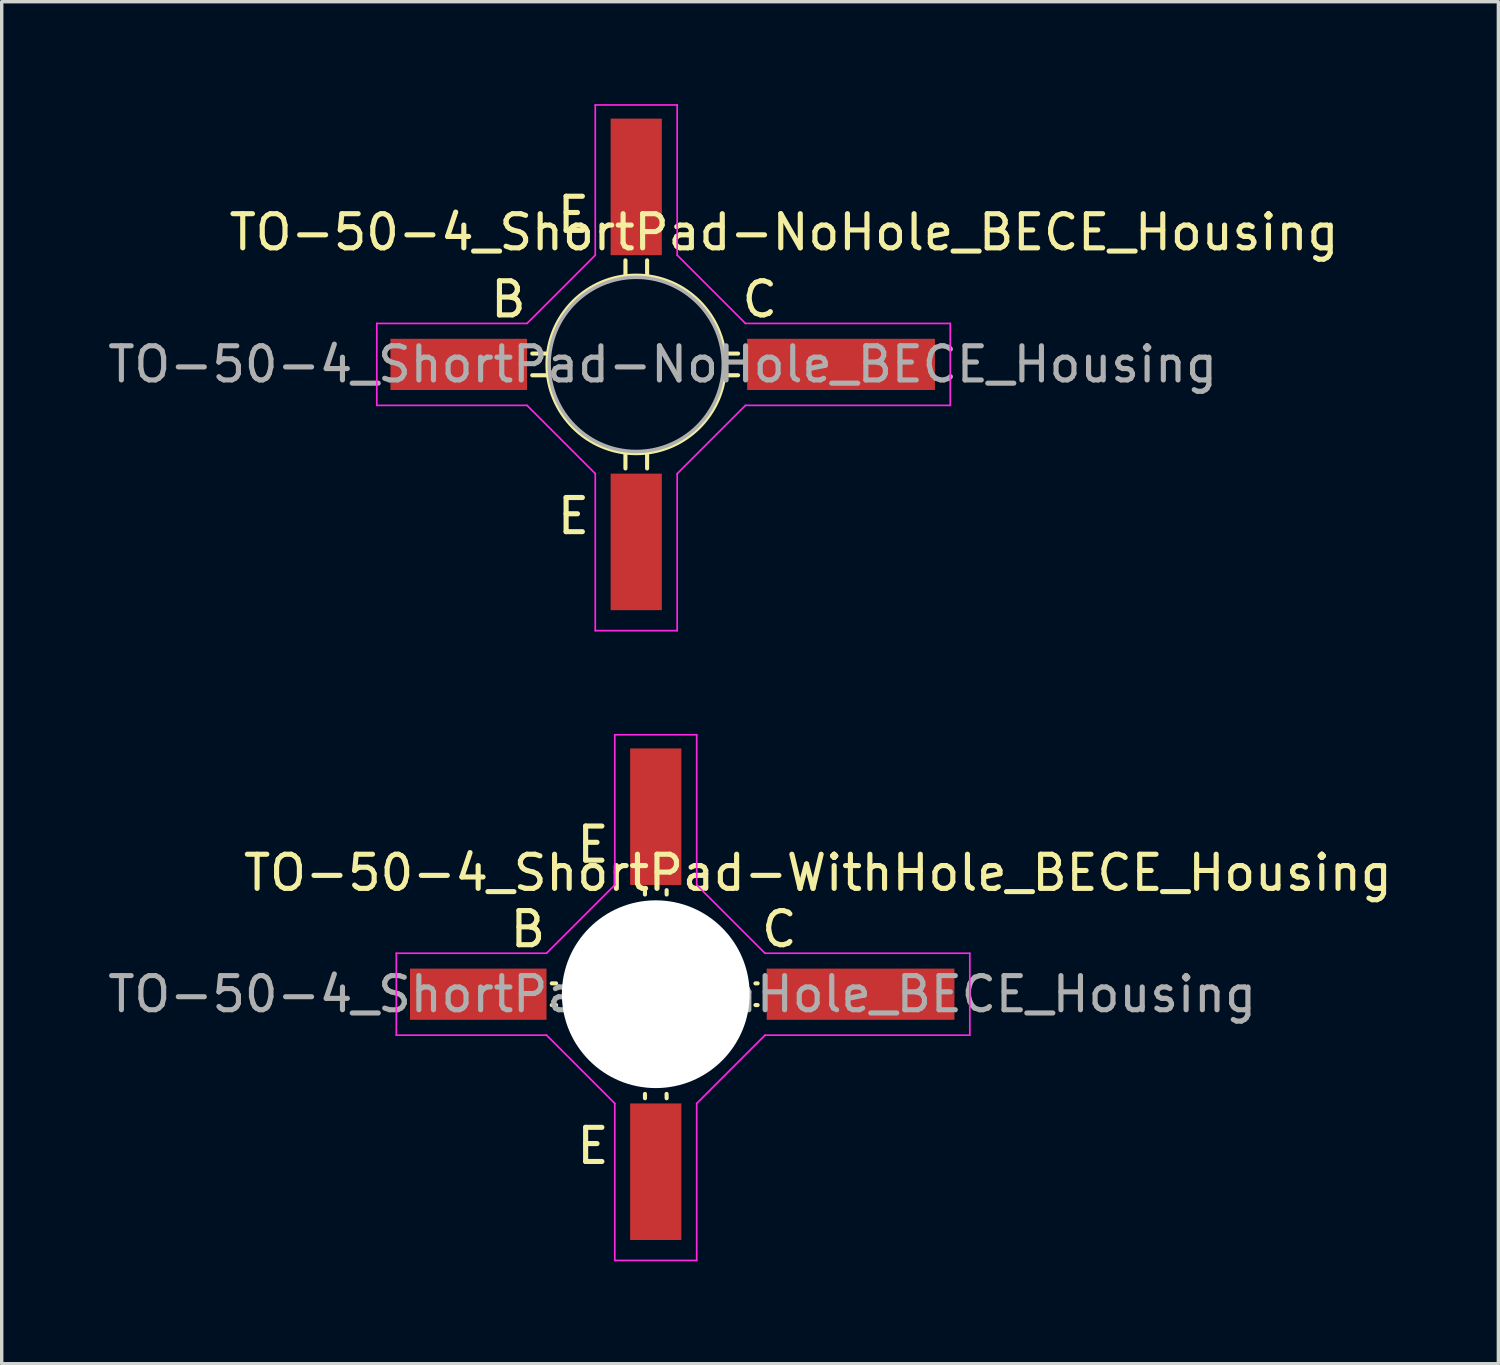
<source format=kicad_pcb>
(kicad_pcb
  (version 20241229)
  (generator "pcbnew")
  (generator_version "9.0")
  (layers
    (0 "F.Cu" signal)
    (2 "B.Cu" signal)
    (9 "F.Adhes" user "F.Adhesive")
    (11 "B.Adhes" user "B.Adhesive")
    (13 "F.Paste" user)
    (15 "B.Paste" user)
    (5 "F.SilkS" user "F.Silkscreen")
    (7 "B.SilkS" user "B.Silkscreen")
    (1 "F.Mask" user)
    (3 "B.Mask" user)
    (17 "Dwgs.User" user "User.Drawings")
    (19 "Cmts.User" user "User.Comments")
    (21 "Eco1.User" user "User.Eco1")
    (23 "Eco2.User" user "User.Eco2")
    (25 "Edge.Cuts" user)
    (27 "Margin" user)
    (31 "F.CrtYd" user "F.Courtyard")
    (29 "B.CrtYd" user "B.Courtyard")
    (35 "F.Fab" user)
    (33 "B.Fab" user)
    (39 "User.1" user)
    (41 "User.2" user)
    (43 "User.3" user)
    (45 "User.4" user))
  (footprint "TO-50-4_ShortPad-WithHole_BECE_Housing"
    (layer "F.Cu")
    (at 16.56 26.075)
    (property "Reference" "TO-50-4_ShortPad-WithHole_BECE_Housing" (at 4.35 -3.556 0) (layer "F.SilkS") (effects (font (size 1 1) (thickness 0.15))))
    (attr smd)
    (fp_line (start -3.321 -0.318) (end -3.446 -0.318) (stroke (width 0.12) (type solid)) (layer "F.SilkS"))
    (fp_line (start -3.321 0.318) (end -3.446 0.318) (stroke (width 0.12) (type solid)) (layer "F.SilkS"))
    (fp_line (start -0.716 -3.048) (end -0.716 -2.921) (stroke (width 0.12) (type solid)) (layer "F.SilkS"))
    (fp_line (start -0.716 2.921) (end -0.716 3.048) (stroke (width 0.12) (type solid)) (layer "F.SilkS"))
    (fp_line (start -0.083 2.921) (end -0.081 3.048) (stroke (width 0.12) (type solid)) (layer "F.SilkS"))
    (fp_line (start -0.081 -3.048) (end -0.081 -2.921) (stroke (width 0.12) (type solid)) (layer "F.SilkS"))
    (fp_line (start 2.521 -0.318) (end 2.584 -0.318) (stroke (width 0.12) (type solid)) (layer "F.SilkS"))
    (fp_line (start 2.521 0.318) (end 2.584 0.318) (stroke (width 0.12) (type solid)) (layer "F.SilkS"))
    (fp_line (start -8 -1.2) (end -3.6 -1.2) (stroke (width 0.05) (type solid)) (layer "F.CrtYd"))
    (fp_line (start -8 1.2) (end -8 -1.2) (stroke (width 0.05) (type solid)) (layer "F.CrtYd"))
    (fp_line (start -3.6 -1.2) (end -1.6 -3.2) (stroke (width 0.05) (type solid)) (layer "F.CrtYd"))
    (fp_line (start -3.6 1.2) (end -8 1.2) (stroke (width 0.05) (type solid)) (layer "F.CrtYd"))
    (fp_line (start -1.6 -7.6) (end 0.8 -7.6) (stroke (width 0.05) (type solid)) (layer "F.CrtYd"))
    (fp_line (start -1.6 -3.2) (end -1.6 -7.6) (stroke (width 0.05) (type solid)) (layer "F.CrtYd"))
    (fp_line (start -1.6 3.2) (end -3.6 1.2) (stroke (width 0.05) (type solid)) (layer "F.CrtYd"))
    (fp_line (start -1.6 7.8) (end -1.6 3.2) (stroke (width 0.05) (type solid)) (layer "F.CrtYd"))
    (fp_line (start 0.8 -7.6) (end 0.8 -3.2) (stroke (width 0.05) (type solid)) (layer "F.CrtYd"))
    (fp_line (start 0.8 -3.2) (end 2.8 -1.2) (stroke (width 0.05) (type solid)) (layer "F.CrtYd"))
    (fp_line (start 0.8 3.2) (end 0.8 7.8) (stroke (width 0.05) (type solid)) (layer "F.CrtYd"))
    (fp_line (start 0.8 7.8) (end -1.6 7.8) (stroke (width 0.05) (type solid)) (layer "F.CrtYd"))
    (fp_line (start 2.8 -1.2) (end 8.8 -1.2) (stroke (width 0.05) (type solid)) (layer "F.CrtYd"))
    (fp_line (start 2.8 1.2) (end 0.8 3.2) (stroke (width 0.05) (type solid)) (layer "F.CrtYd"))
    (fp_line (start 8.8 -1.2) (end 8.8 1.2) (stroke (width 0.05) (type solid)) (layer "F.CrtYd"))
    (fp_line (start 8.8 1.2) (end 2.8 1.2) (stroke (width 0.05) (type solid)) (layer "F.CrtYd"))
    (fp_circle (center -0.4 0) (end -0.35 -2.55) (stroke (width 0.1) (type solid)) (fill no) (layer "F.Fab"))
    (fp_text user "B" (at -4.145 -1.905 0) (layer "F.SilkS") (effects (font (size 1 1) (thickness 0.15))))
    (fp_text user "C" (at 3.22 -1.905 0) (layer "F.SilkS") (effects (font (size 1 1) (thickness 0.15))))
    (fp_text user "E" (at -2.24 -4.381 0) (layer "F.SilkS") (effects (font (size 1 1) (thickness 0.15))))
    (fp_text user "E" (at -2.24 4.445 0) (layer "F.SilkS") (effects (font (size 1 1) (thickness 0.15))))
    (fp_text user "${REFERENCE}" (at 0.375 0 0) (layer "F.Fab") (effects (font (size 1 1) (thickness 0.15))))
    (pad "" np_thru_hole circle (at -0.4 0 270) (size 5.5 5.5) (drill 5.5) (layers "*.Cu" "*.Mask"))
    (pad "1" smd rect (at -5.6 0 270) (size 1.5 4) (layers "F.Cu" "F.Mask" "F.Paste"))
    (pad "2" smd rect (at -0.4 5.2 270) (size 4 1.5) (layers "F.Cu" "F.Mask" "F.Paste"))
    (pad "3" smd rect (at 5.6 0 270) (size 1.5 5.5) (layers "F.Cu" "F.Mask" "F.Paste"))
    (pad "4" smd rect (at -0.4 -5.2 270) (size 4 1.5) (layers "F.Cu" "F.Mask" "F.Paste")))
  (footprint "TO-50-4_ShortPad-NoHole_BECE_Housing"
    (layer "F.Cu")
    (at 15.988 7.625)
    (property "Reference" "TO-50-4_ShortPad-NoHole_BECE_Housing" (at 3.93 -3.87 0) (layer "F.SilkS") (effects (font (size 1 1) (thickness 0.15))))
    (attr smd)
    (fp_line (start -3.002 -0.318) (end -3.446 -0.318) (stroke (width 0.12) (type solid)) (layer "F.SilkS"))
    (fp_line (start -3.002 0.318) (end -3.446 0.318) (stroke (width 0.12) (type solid)) (layer "F.SilkS"))
    (fp_line (start -0.716 -3.048) (end -0.716 -2.603) (stroke (width 0.12) (type solid)) (layer "F.SilkS"))
    (fp_line (start -0.716 2.603) (end -0.716 3.048) (stroke (width 0.12) (type solid)) (layer "F.SilkS"))
    (fp_line (start -0.081 -3.048) (end -0.081 -2.603) (stroke (width 0.12) (type solid)) (layer "F.SilkS"))
    (fp_line (start -0.081 2.603) (end -0.081 3.048) (stroke (width 0.12) (type solid)) (layer "F.SilkS"))
    (fp_line (start 2.204 -0.318) (end 2.584 -0.318) (stroke (width 0.12) (type solid)) (layer "F.SilkS"))
    (fp_line (start 2.204 0.318) (end 2.584 0.318) (stroke (width 0.12) (type solid)) (layer "F.SilkS"))
    (fp_circle (center -0.4 0) (end -0.4 -2.6) (stroke (width 0.12) (type solid)) (fill no) (layer "F.SilkS"))
    (fp_line (start -8 -1.2) (end -3.6 -1.2) (stroke (width 0.05) (type solid)) (layer "F.CrtYd"))
    (fp_line (start -8 1.2) (end -8 -1.2) (stroke (width 0.05) (type solid)) (layer "F.CrtYd"))
    (fp_line (start -3.6 -1.2) (end -1.6 -3.2) (stroke (width 0.05) (type solid)) (layer "F.CrtYd"))
    (fp_line (start -3.6 1.2) (end -8 1.2) (stroke (width 0.05) (type solid)) (layer "F.CrtYd"))
    (fp_line (start -1.6 -7.6) (end 0.8 -7.6) (stroke (width 0.05) (type solid)) (layer "F.CrtYd"))
    (fp_line (start -1.6 -3.2) (end -1.6 -7.6) (stroke (width 0.05) (type solid)) (layer "F.CrtYd"))
    (fp_line (start -1.6 3.2) (end -3.6 1.2) (stroke (width 0.05) (type solid)) (layer "F.CrtYd"))
    (fp_line (start -1.6 7.8) (end -1.6 3.2) (stroke (width 0.05) (type solid)) (layer "F.CrtYd"))
    (fp_line (start 0.8 -7.6) (end 0.8 -3.2) (stroke (width 0.05) (type solid)) (layer "F.CrtYd"))
    (fp_line (start 0.8 -3.2) (end 2.8 -1.2) (stroke (width 0.05) (type solid)) (layer "F.CrtYd"))
    (fp_line (start 0.8 3.2) (end 0.8 7.8) (stroke (width 0.05) (type solid)) (layer "F.CrtYd"))
    (fp_line (start 0.8 7.8) (end -1.6 7.8) (stroke (width 0.05) (type solid)) (layer "F.CrtYd"))
    (fp_line (start 2.8 -1.2) (end 8.8 -1.2) (stroke (width 0.05) (type solid)) (layer "F.CrtYd"))
    (fp_line (start 2.8 1.2) (end 0.8 3.2) (stroke (width 0.05) (type solid)) (layer "F.CrtYd"))
    (fp_line (start 8.8 -1.2) (end 8.8 1.2) (stroke (width 0.05) (type solid)) (layer "F.CrtYd"))
    (fp_line (start 8.8 1.2) (end 2.8 1.2) (stroke (width 0.05) (type solid)) (layer "F.CrtYd"))
    (fp_circle (center -0.4 0) (end -0.35 -2.55) (stroke (width 0.1) (type solid)) (fill no) (layer "F.Fab"))
    (fp_text user "B" (at -4.145 -1.905 0) (layer "F.SilkS") (effects (font (size 1 1) (thickness 0.15))))
    (fp_text user "C" (at 3.22 -1.905 0) (layer "F.SilkS") (effects (font (size 1 1) (thickness 0.15))))
    (fp_text user "E" (at -2.24 -4.381 0) (layer "F.SilkS") (effects (font (size 1 1) (thickness 0.15))))
    (fp_text user "E" (at -2.24 4.445 0) (layer "F.SilkS") (effects (font (size 1 1) (thickness 0.15))))
    (fp_text user "${REFERENCE}" (at 0.375 0 0) (layer "F.Fab") (effects (font (size 1 1) (thickness 0.15))))
    (pad "1" smd rect (at -5.6 0 270) (size 1.5 4) (layers "F.Cu" "F.Mask" "F.Paste"))
    (pad "2" smd rect (at -0.4 5.2 270) (size 4 1.5) (layers "F.Cu" "F.Mask" "F.Paste"))
    (pad "3" smd rect (at 5.6 0 270) (size 1.5 5.5) (layers "F.Cu" "F.Mask" "F.Paste"))
    (pad "4" smd rect (at -0.4 -5.2 270) (size 4 1.5) (layers "F.Cu" "F.Mask" "F.Paste")))
  (gr_rect
    (start -3 -3)
    (end 40.844 36.9)
    (stroke (width 0.1) (type default))
    (fill no)
    (layer "Edge.Cuts")))
</source>
